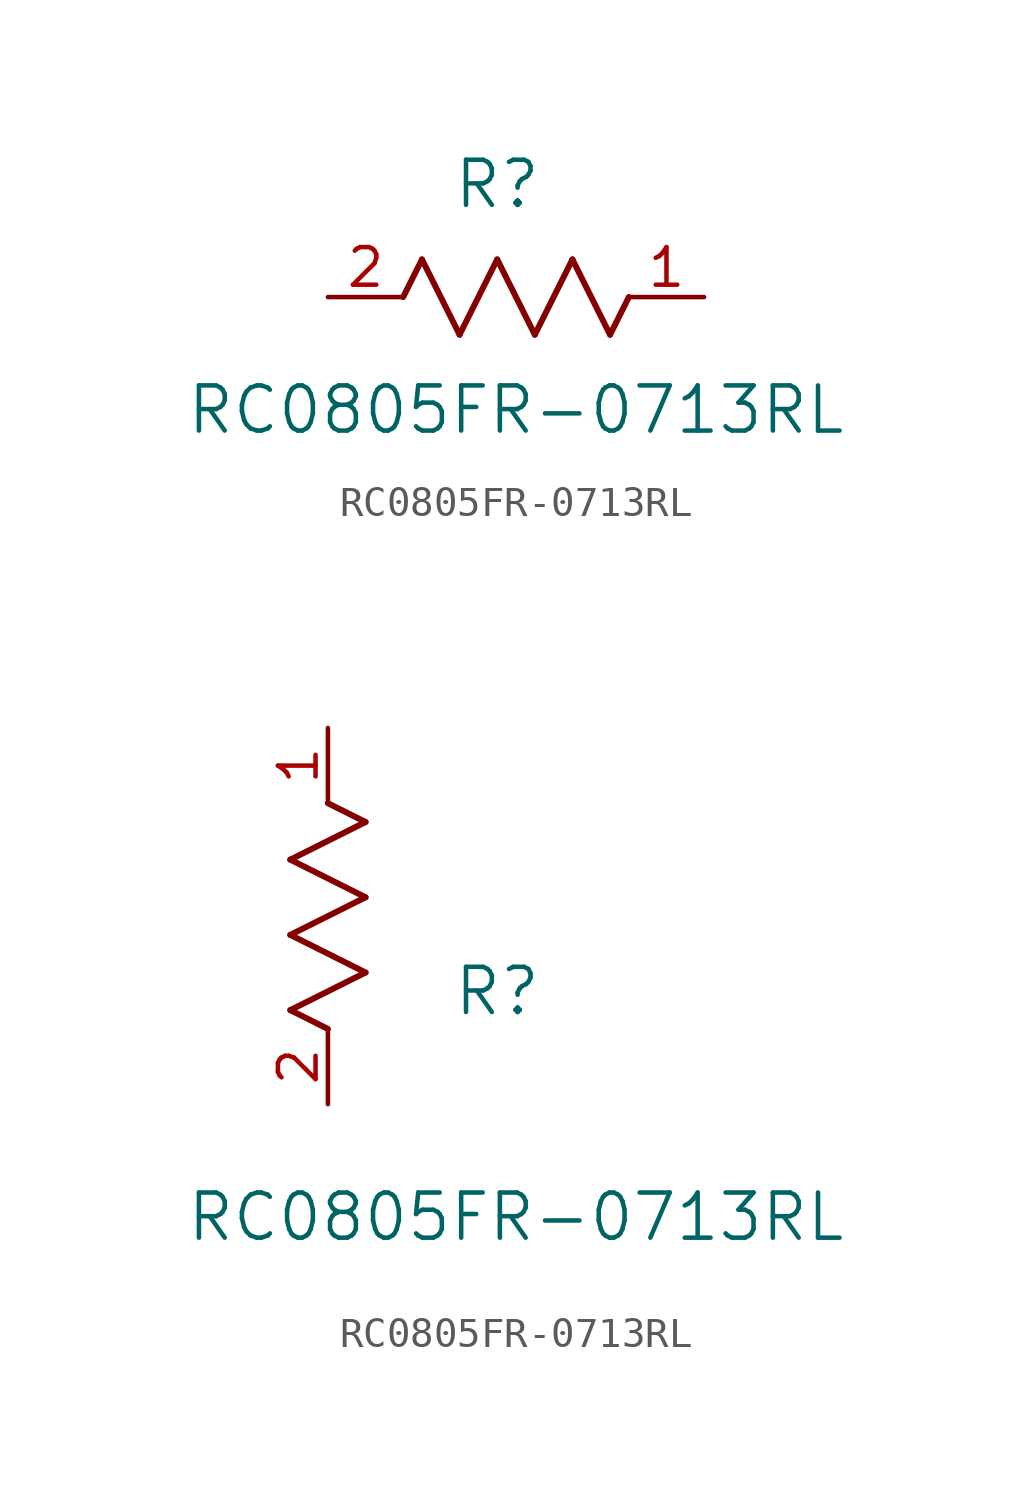
<source format=kicad_sym>
(kicad_symbol_lib
  (version 20211014)
  (generator kicad_symbol_editor)
  (symbol "RC0805FR-0713RL"
    (pin_names
      (offset 0.254))
    (property "Reference" "R"
      (at 5.715 3.81 0)
      (effects (font (size 1.524 1.524))))
    (property "Value" "RC0805FR-0713RL"
      (at 6.35 -3.81 0)
      (effects (font (size 1.524 1.524))))
    (symbol "RC0805FR-0713RL_1_1"
      (polyline (pts (xy 3.175 1.27) (xy 4.445 -1.27)) (stroke (width 0.203) (type default) (color 0 0 0 0)) (fill (type none)))
      (polyline (pts (xy 4.445 -1.27) (xy 5.715 1.27)) (stroke (width 0.203) (type default) (color 0 0 0 0)) (fill (type none)))
      (polyline (pts (xy 5.715 1.27) (xy 6.985 -1.27)) (stroke (width 0.203) (type default) (color 0 0 0 0)) (fill (type none)))
      (polyline (pts (xy 6.985 -1.27) (xy 8.255 1.27)) (stroke (width 0.203) (type default) (color 0 0 0 0)) (fill (type none)))
      (polyline (pts (xy 8.255 1.27) (xy 9.525 -1.27)) (stroke (width 0.203) (type default) (color 0 0 0 0)) (fill (type none)))
      (polyline (pts (xy 2.54 0) (xy 3.175 1.27)) (stroke (width 0.203) (type default) (color 0 0 0 0)) (fill (type none)))
      (polyline (pts (xy 9.525 -1.27) (xy 10.16 0)) (stroke (width 0.203) (type default) (color 0 0 0 0)) (fill (type none)))
      (pin unspecified line (at 12.7 0 180) (length 2.54) (name "" (effects (font (size 1.27 1.27)))) (number "1" (effects (font (size 1.27 1.27)))))
      (pin unspecified line (at 0 0 0) (length 2.54) (name "" (effects (font (size 1.27 1.27)))) (number "2" (effects (font (size 1.27 1.27))))))
    (symbol "RC0805FR-0713RL_1_2"
      (polyline (pts (xy 0 2.54) (xy -1.27 3.175)) (stroke (width 0.203) (type default) (color 0 0 0 0)) (fill (type none)))
      (polyline (pts (xy -1.27 3.175) (xy 1.27 4.445)) (stroke (width 0.203) (type default) (color 0 0 0 0)) (fill (type none)))
      (polyline (pts (xy 1.27 4.445) (xy -1.27 5.715)) (stroke (width 0.203) (type default) (color 0 0 0 0)) (fill (type none)))
      (polyline (pts (xy -1.27 5.715) (xy 1.27 6.985)) (stroke (width 0.203) (type default) (color 0 0 0 0)) (fill (type none)))
      (polyline (pts (xy -1.27 8.255) (xy 1.27 9.525)) (stroke (width 0.203) (type default) (color 0 0 0 0)) (fill (type none)))
      (polyline (pts (xy 1.27 9.525) (xy 0 10.16)) (stroke (width 0.203) (type default) (color 0 0 0 0)) (fill (type none)))
      (polyline (pts (xy 1.27 6.985) (xy -1.27 8.255)) (stroke (width 0.203) (type default) (color 0 0 0 0)) (fill (type none)))
      (pin unspecified line (at 0 12.7 270) (length 2.54) (name "" (effects (font (size 1.27 1.27)))) (number "1" (effects (font (size 1.27 1.27)))))
      (pin unspecified line (at 0 0 90) (length 2.54) (name "" (effects (font (size 1.27 1.27)))) (number "2" (effects (font (size 1.27 1.27))))))))
</source>
